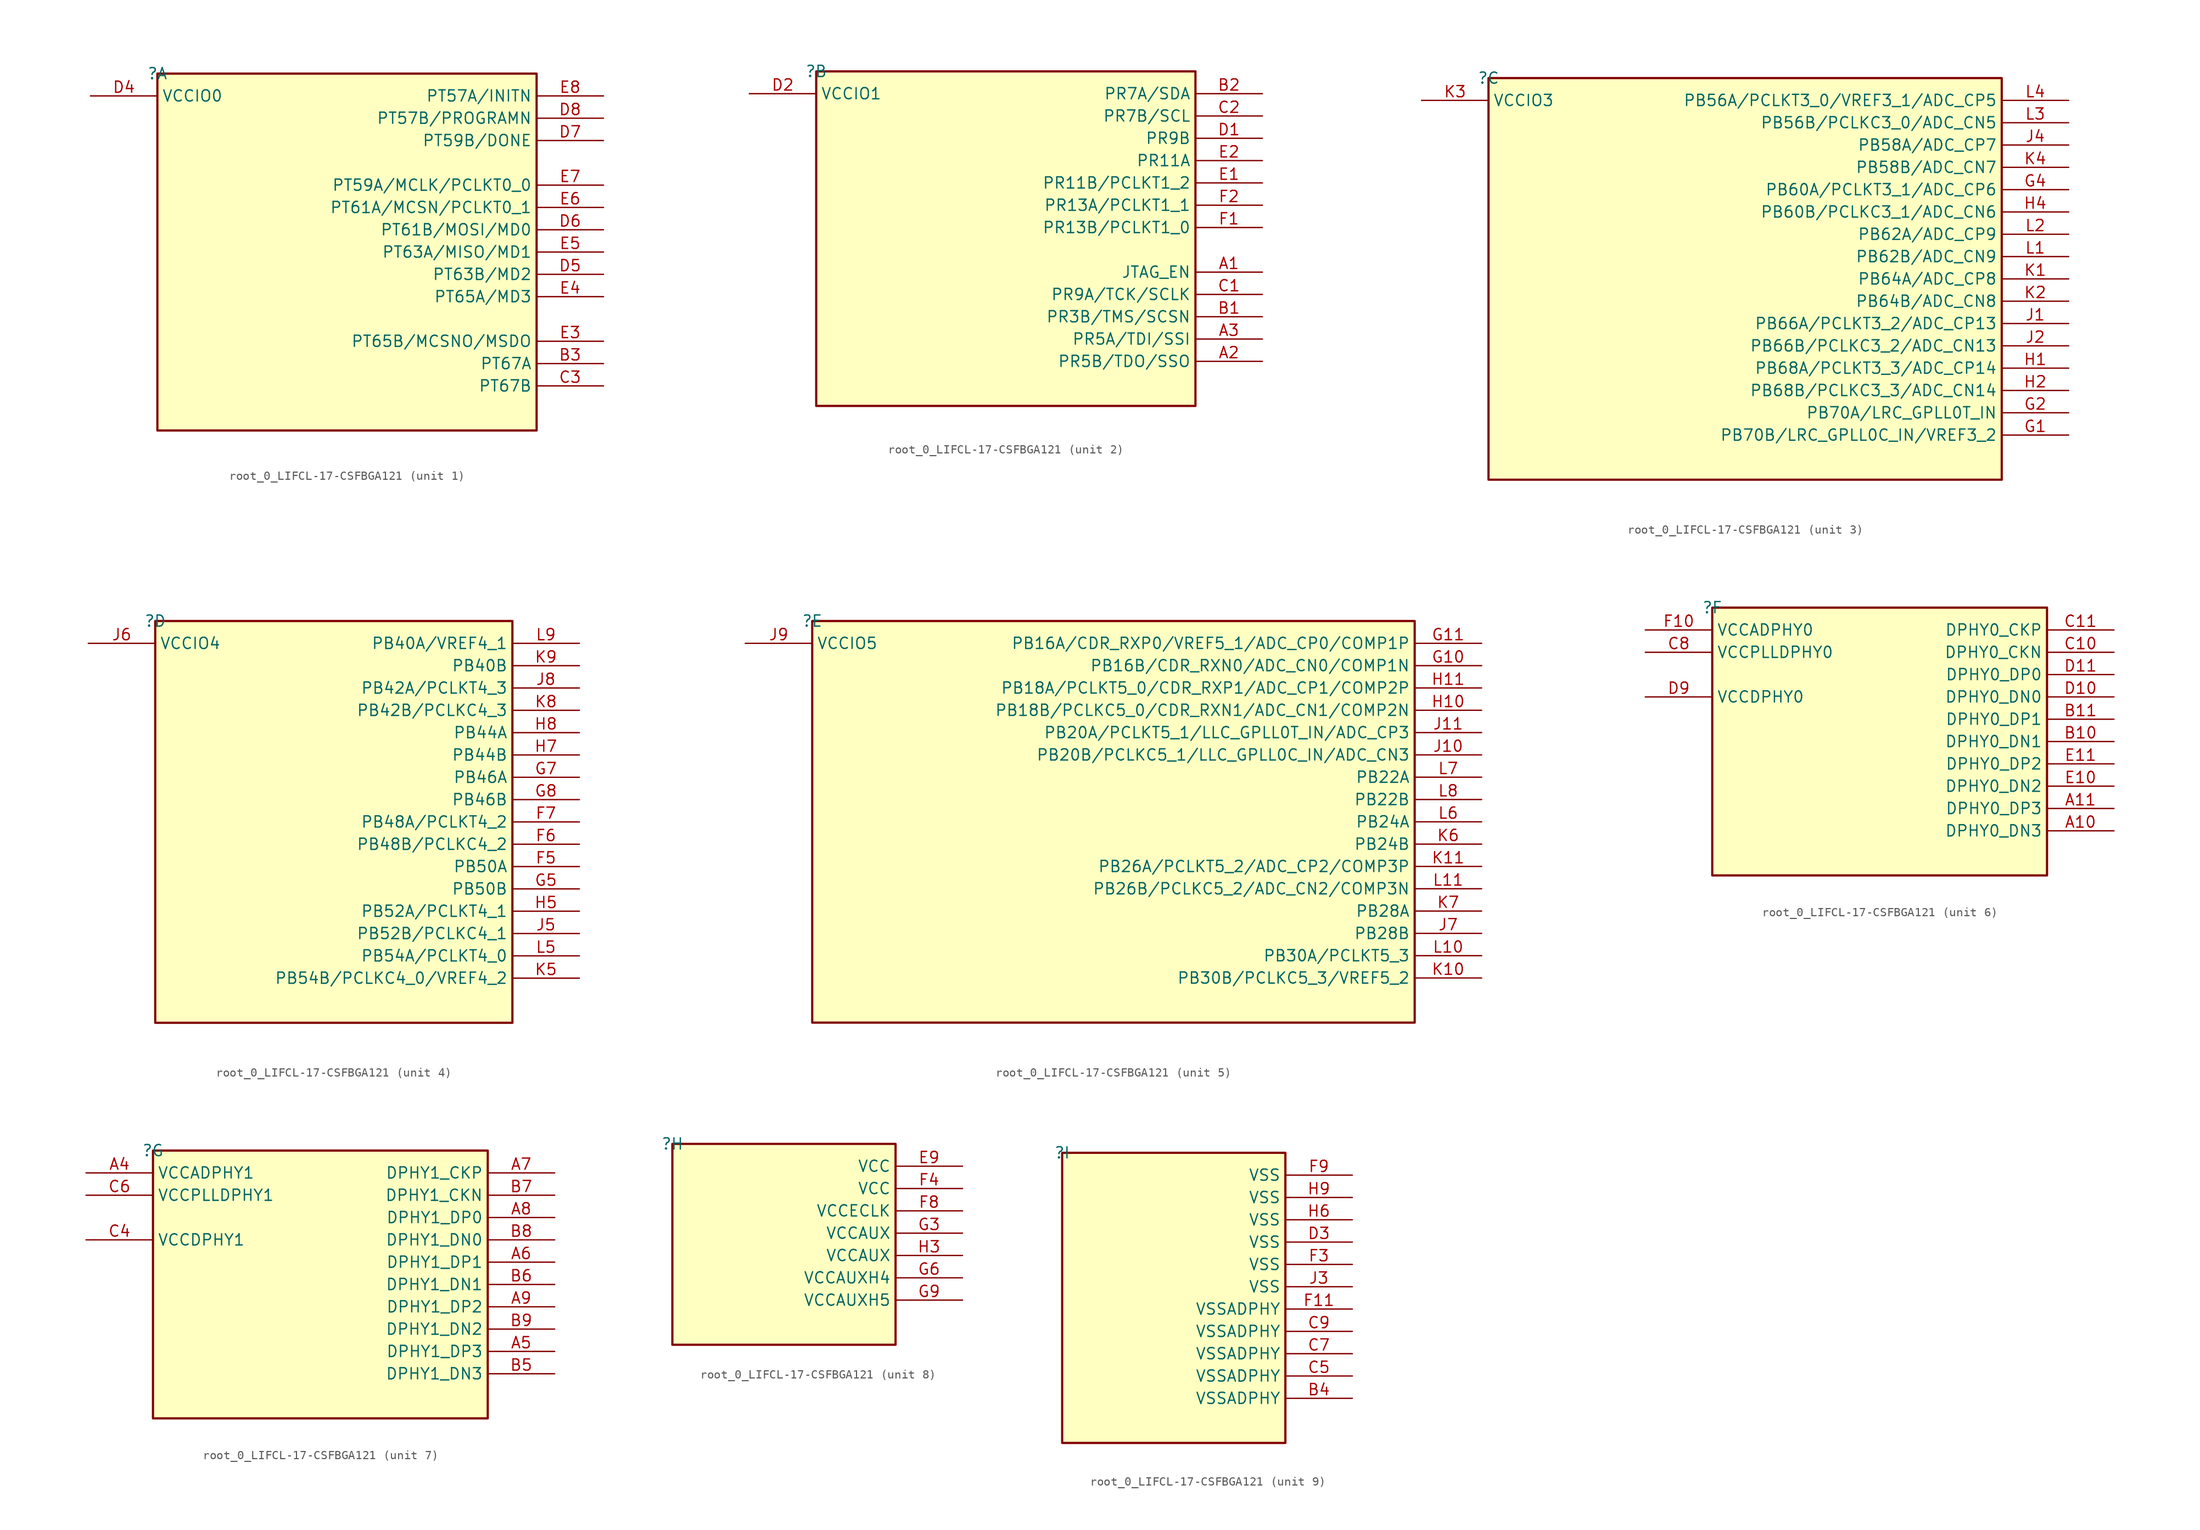
<source format=kicad_sym>
(kicad_symbol_lib
  (version 20231120)
  (generator "kicad_symbol_editor")
  (generator_version "8.0")
  (symbol "root_0_LIFCL-17-CSFBGA121"
    (property "Reference" ""
      (at 0 0 0)
      (effects (font (size 1.27 1.27))))
    (property "Value" ""
      (at 0 0 0)
      (effects (font (size 1.27 1.27))))
    (symbol "root_0_LIFCL-17-CSFBGA121_1_0"
      (rectangle (start 43.18 0) (end 0 -40.64) (stroke (width 0.254) (type solid) (color 128 0 0 1)) (fill (type background)))
      (pin bidirectional line (at 50.8 -33.02 180) (length 7.62) (name "PT67A" (effects (font (size 1.27 1.27)))) (number "B3" (effects (font (size 1.27 1.27)))))
      (pin bidirectional line (at 50.8 -35.56 180) (length 7.62) (name "PT67B" (effects (font (size 1.27 1.27)))) (number "C3" (effects (font (size 1.27 1.27)))))
      (pin bidirectional line (at -7.62 -2.54 0) (length 7.62) (name "VCCIO0" (effects (font (size 1.27 1.27)))) (number "D4" (effects (font (size 1.27 1.27)))))
      (pin bidirectional line (at 50.8 -22.86 180) (length 7.62) (name "PT63B/MD2" (effects (font (size 1.27 1.27)))) (number "D5" (effects (font (size 1.27 1.27)))))
      (pin bidirectional line (at 50.8 -17.78 180) (length 7.62) (name "PT61B/MOSI/MD0" (effects (font (size 1.27 1.27)))) (number "D6" (effects (font (size 1.27 1.27)))))
      (pin bidirectional line (at 50.8 -7.62 180) (length 7.62) (name "PT59B/DONE" (effects (font (size 1.27 1.27)))) (number "D7" (effects (font (size 1.27 1.27)))))
      (pin bidirectional line (at 50.8 -5.08 180) (length 7.62) (name "PT57B/PROGRAMN" (effects (font (size 1.27 1.27)))) (number "D8" (effects (font (size 1.27 1.27)))))
      (pin bidirectional line (at 50.8 -30.48 180) (length 7.62) (name "PT65B/MCSNO/MSDO" (effects (font (size 1.27 1.27)))) (number "E3" (effects (font (size 1.27 1.27)))))
      (pin bidirectional line (at 50.8 -25.4 180) (length 7.62) (name "PT65A/MD3" (effects (font (size 1.27 1.27)))) (number "E4" (effects (font (size 1.27 1.27)))))
      (pin bidirectional line (at 50.8 -20.32 180) (length 7.62) (name "PT63A/MISO/MD1" (effects (font (size 1.27 1.27)))) (number "E5" (effects (font (size 1.27 1.27)))))
      (pin bidirectional line (at 50.8 -15.24 180) (length 7.62) (name "PT61A/MCSN/PCLKT0_1" (effects (font (size 1.27 1.27)))) (number "E6" (effects (font (size 1.27 1.27)))))
      (pin bidirectional line (at 50.8 -12.7 180) (length 7.62) (name "PT59A/MCLK/PCLKT0_0" (effects (font (size 1.27 1.27)))) (number "E7" (effects (font (size 1.27 1.27)))))
      (pin bidirectional line (at 50.8 -2.54 180) (length 7.62) (name "PT57A/INITN" (effects (font (size 1.27 1.27)))) (number "E8" (effects (font (size 1.27 1.27))))))
    (symbol "root_0_LIFCL-17-CSFBGA121_2_0"
      (rectangle (start 43.18 0) (end 0 -38.1) (stroke (width 0.254) (type solid) (color 128 0 0 1)) (fill (type background)))
      (pin bidirectional line (at 50.8 -22.86 180) (length 7.62) (name "JTAG_EN" (effects (font (size 1.27 1.27)))) (number "A1" (effects (font (size 1.27 1.27)))))
      (pin bidirectional line (at 50.8 -33.02 180) (length 7.62) (name "PR5B/TDO/SSO" (effects (font (size 1.27 1.27)))) (number "A2" (effects (font (size 1.27 1.27)))))
      (pin bidirectional line (at 50.8 -30.48 180) (length 7.62) (name "PR5A/TDI/SSI" (effects (font (size 1.27 1.27)))) (number "A3" (effects (font (size 1.27 1.27)))))
      (pin bidirectional line (at 50.8 -27.94 180) (length 7.62) (name "PR3B/TMS/SCSN" (effects (font (size 1.27 1.27)))) (number "B1" (effects (font (size 1.27 1.27)))))
      (pin bidirectional line (at 50.8 -2.54 180) (length 7.62) (name "PR7A/SDA" (effects (font (size 1.27 1.27)))) (number "B2" (effects (font (size 1.27 1.27)))))
      (pin bidirectional line (at 50.8 -25.4 180) (length 7.62) (name "PR9A/TCK/SCLK" (effects (font (size 1.27 1.27)))) (number "C1" (effects (font (size 1.27 1.27)))))
      (pin bidirectional line (at 50.8 -5.08 180) (length 7.62) (name "PR7B/SCL" (effects (font (size 1.27 1.27)))) (number "C2" (effects (font (size 1.27 1.27)))))
      (pin bidirectional line (at 50.8 -7.62 180) (length 7.62) (name "PR9B" (effects (font (size 1.27 1.27)))) (number "D1" (effects (font (size 1.27 1.27)))))
      (pin bidirectional line (at -7.62 -2.54 0) (length 7.62) (name "VCCIO1" (effects (font (size 1.27 1.27)))) (number "D2" (effects (font (size 1.27 1.27)))))
      (pin bidirectional line (at 50.8 -12.7 180) (length 7.62) (name "PR11B/PCLKT1_2" (effects (font (size 1.27 1.27)))) (number "E1" (effects (font (size 1.27 1.27)))))
      (pin bidirectional line (at 50.8 -10.16 180) (length 7.62) (name "PR11A" (effects (font (size 1.27 1.27)))) (number "E2" (effects (font (size 1.27 1.27)))))
      (pin bidirectional line (at 50.8 -17.78 180) (length 7.62) (name "PR13B/PCLKT1_0" (effects (font (size 1.27 1.27)))) (number "F1" (effects (font (size 1.27 1.27)))))
      (pin bidirectional line (at 50.8 -15.24 180) (length 7.62) (name "PR13A/PCLKT1_1" (effects (font (size 1.27 1.27)))) (number "F2" (effects (font (size 1.27 1.27))))))
    (symbol "root_0_LIFCL-17-CSFBGA121_3_0"
      (rectangle (start 58.42 0) (end 0 -45.72) (stroke (width 0.254) (type solid) (color 128 0 0 1)) (fill (type background)))
      (pin bidirectional line (at 66.04 -40.64 180) (length 7.62) (name "PB70B/LRC_GPLL0C_IN/VREF3_2" (effects (font (size 1.27 1.27)))) (number "G1" (effects (font (size 1.27 1.27)))))
      (pin bidirectional line (at 66.04 -38.1 180) (length 7.62) (name "PB70A/LRC_GPLL0T_IN" (effects (font (size 1.27 1.27)))) (number "G2" (effects (font (size 1.27 1.27)))))
      (pin bidirectional line (at 66.04 -12.7 180) (length 7.62) (name "PB60A/PCLKT3_1/ADC_CP6" (effects (font (size 1.27 1.27)))) (number "G4" (effects (font (size 1.27 1.27)))))
      (pin bidirectional line (at 66.04 -33.02 180) (length 7.62) (name "PB68A/PCLKT3_3/ADC_CP14" (effects (font (size 1.27 1.27)))) (number "H1" (effects (font (size 1.27 1.27)))))
      (pin bidirectional line (at 66.04 -35.56 180) (length 7.62) (name "PB68B/PCLKC3_3/ADC_CN14" (effects (font (size 1.27 1.27)))) (number "H2" (effects (font (size 1.27 1.27)))))
      (pin bidirectional line (at 66.04 -15.24 180) (length 7.62) (name "PB60B/PCLKC3_1/ADC_CN6" (effects (font (size 1.27 1.27)))) (number "H4" (effects (font (size 1.27 1.27)))))
      (pin bidirectional line (at 66.04 -27.94 180) (length 7.62) (name "PB66A/PCLKT3_2/ADC_CP13" (effects (font (size 1.27 1.27)))) (number "J1" (effects (font (size 1.27 1.27)))))
      (pin bidirectional line (at 66.04 -30.48 180) (length 7.62) (name "PB66B/PCLKC3_2/ADC_CN13" (effects (font (size 1.27 1.27)))) (number "J2" (effects (font (size 1.27 1.27)))))
      (pin bidirectional line (at 66.04 -7.62 180) (length 7.62) (name "PB58A/ADC_CP7" (effects (font (size 1.27 1.27)))) (number "J4" (effects (font (size 1.27 1.27)))))
      (pin bidirectional line (at 66.04 -22.86 180) (length 7.62) (name "PB64A/ADC_CP8" (effects (font (size 1.27 1.27)))) (number "K1" (effects (font (size 1.27 1.27)))))
      (pin bidirectional line (at 66.04 -25.4 180) (length 7.62) (name "PB64B/ADC_CN8" (effects (font (size 1.27 1.27)))) (number "K2" (effects (font (size 1.27 1.27)))))
      (pin bidirectional line (at -7.62 -2.54 0) (length 7.62) (name "VCCIO3" (effects (font (size 1.27 1.27)))) (number "K3" (effects (font (size 1.27 1.27)))))
      (pin bidirectional line (at 66.04 -10.16 180) (length 7.62) (name "PB58B/ADC_CN7" (effects (font (size 1.27 1.27)))) (number "K4" (effects (font (size 1.27 1.27)))))
      (pin bidirectional line (at 66.04 -20.32 180) (length 7.62) (name "PB62B/ADC_CN9" (effects (font (size 1.27 1.27)))) (number "L1" (effects (font (size 1.27 1.27)))))
      (pin bidirectional line (at 66.04 -17.78 180) (length 7.62) (name "PB62A/ADC_CP9" (effects (font (size 1.27 1.27)))) (number "L2" (effects (font (size 1.27 1.27)))))
      (pin bidirectional line (at 66.04 -5.08 180) (length 7.62) (name "PB56B/PCLKC3_0/ADC_CN5" (effects (font (size 1.27 1.27)))) (number "L3" (effects (font (size 1.27 1.27)))))
      (pin bidirectional line (at 66.04 -2.54 180) (length 7.62) (name "PB56A/PCLKT3_0/VREF3_1/ADC_CP5" (effects (font (size 1.27 1.27)))) (number "L4" (effects (font (size 1.27 1.27))))))
    (symbol "root_0_LIFCL-17-CSFBGA121_4_0"
      (rectangle (start 40.64 0) (end 0 -45.72) (stroke (width 0.254) (type solid) (color 128 0 0 1)) (fill (type background)))
      (pin bidirectional line (at 48.26 -27.94 180) (length 7.62) (name "PB50A" (effects (font (size 1.27 1.27)))) (number "F5" (effects (font (size 1.27 1.27)))))
      (pin bidirectional line (at 48.26 -25.4 180) (length 7.62) (name "PB48B/PCLKC4_2" (effects (font (size 1.27 1.27)))) (number "F6" (effects (font (size 1.27 1.27)))))
      (pin bidirectional line (at 48.26 -22.86 180) (length 7.62) (name "PB48A/PCLKT4_2" (effects (font (size 1.27 1.27)))) (number "F7" (effects (font (size 1.27 1.27)))))
      (pin bidirectional line (at 48.26 -30.48 180) (length 7.62) (name "PB50B" (effects (font (size 1.27 1.27)))) (number "G5" (effects (font (size 1.27 1.27)))))
      (pin bidirectional line (at 48.26 -17.78 180) (length 7.62) (name "PB46A" (effects (font (size 1.27 1.27)))) (number "G7" (effects (font (size 1.27 1.27)))))
      (pin bidirectional line (at 48.26 -20.32 180) (length 7.62) (name "PB46B" (effects (font (size 1.27 1.27)))) (number "G8" (effects (font (size 1.27 1.27)))))
      (pin bidirectional line (at 48.26 -33.02 180) (length 7.62) (name "PB52A/PCLKT4_1" (effects (font (size 1.27 1.27)))) (number "H5" (effects (font (size 1.27 1.27)))))
      (pin bidirectional line (at 48.26 -15.24 180) (length 7.62) (name "PB44B" (effects (font (size 1.27 1.27)))) (number "H7" (effects (font (size 1.27 1.27)))))
      (pin bidirectional line (at 48.26 -12.7 180) (length 7.62) (name "PB44A" (effects (font (size 1.27 1.27)))) (number "H8" (effects (font (size 1.27 1.27)))))
      (pin bidirectional line (at 48.26 -35.56 180) (length 7.62) (name "PB52B/PCLKC4_1" (effects (font (size 1.27 1.27)))) (number "J5" (effects (font (size 1.27 1.27)))))
      (pin bidirectional line (at -7.62 -2.54 0) (length 7.62) (name "VCCIO4" (effects (font (size 1.27 1.27)))) (number "J6" (effects (font (size 1.27 1.27)))))
      (pin bidirectional line (at 48.26 -7.62 180) (length 7.62) (name "PB42A/PCLKT4_3" (effects (font (size 1.27 1.27)))) (number "J8" (effects (font (size 1.27 1.27)))))
      (pin bidirectional line (at 48.26 -40.64 180) (length 7.62) (name "PB54B/PCLKC4_0/VREF4_2" (effects (font (size 1.27 1.27)))) (number "K5" (effects (font (size 1.27 1.27)))))
      (pin bidirectional line (at 48.26 -10.16 180) (length 7.62) (name "PB42B/PCLKC4_3" (effects (font (size 1.27 1.27)))) (number "K8" (effects (font (size 1.27 1.27)))))
      (pin bidirectional line (at 48.26 -5.08 180) (length 7.62) (name "PB40B" (effects (font (size 1.27 1.27)))) (number "K9" (effects (font (size 1.27 1.27)))))
      (pin bidirectional line (at 48.26 -38.1 180) (length 7.62) (name "PB54A/PCLKT4_0" (effects (font (size 1.27 1.27)))) (number "L5" (effects (font (size 1.27 1.27)))))
      (pin bidirectional line (at 48.26 -2.54 180) (length 7.62) (name "PB40A/VREF4_1" (effects (font (size 1.27 1.27)))) (number "L9" (effects (font (size 1.27 1.27))))))
    (symbol "root_0_LIFCL-17-CSFBGA121_5_0"
      (rectangle (start 68.58 0) (end 0 -45.72) (stroke (width 0.254) (type solid) (color 128 0 0 1)) (fill (type background)))
      (pin bidirectional line (at 76.2 -5.08 180) (length 7.62) (name "PB16B/CDR_RXN0/ADC_CN0/COMP1N" (effects (font (size 1.27 1.27)))) (number "G10" (effects (font (size 1.27 1.27)))))
      (pin bidirectional line (at 76.2 -2.54 180) (length 7.62) (name "PB16A/CDR_RXP0/VREF5_1/ADC_CP0/COMP1P" (effects (font (size 1.27 1.27)))) (number "G11" (effects (font (size 1.27 1.27)))))
      (pin bidirectional line (at 76.2 -10.16 180) (length 7.62) (name "PB18B/PCLKC5_0/CDR_RXN1/ADC_CN1/COMP2N" (effects (font (size 1.27 1.27)))) (number "H10" (effects (font (size 1.27 1.27)))))
      (pin bidirectional line (at 76.2 -7.62 180) (length 7.62) (name "PB18A/PCLKT5_0/CDR_RXP1/ADC_CP1/COMP2P" (effects (font (size 1.27 1.27)))) (number "H11" (effects (font (size 1.27 1.27)))))
      (pin bidirectional line (at 76.2 -15.24 180) (length 7.62) (name "PB20B/PCLKC5_1/LLC_GPLL0C_IN/ADC_CN3" (effects (font (size 1.27 1.27)))) (number "J10" (effects (font (size 1.27 1.27)))))
      (pin bidirectional line (at 76.2 -12.7 180) (length 7.62) (name "PB20A/PCLKT5_1/LLC_GPLL0T_IN/ADC_CP3" (effects (font (size 1.27 1.27)))) (number "J11" (effects (font (size 1.27 1.27)))))
      (pin bidirectional line (at 76.2 -35.56 180) (length 7.62) (name "PB28B" (effects (font (size 1.27 1.27)))) (number "J7" (effects (font (size 1.27 1.27)))))
      (pin bidirectional line (at -7.62 -2.54 0) (length 7.62) (name "VCCIO5" (effects (font (size 1.27 1.27)))) (number "J9" (effects (font (size 1.27 1.27)))))
      (pin bidirectional line (at 76.2 -40.64 180) (length 7.62) (name "PB30B/PCLKC5_3/VREF5_2" (effects (font (size 1.27 1.27)))) (number "K10" (effects (font (size 1.27 1.27)))))
      (pin bidirectional line (at 76.2 -27.94 180) (length 7.62) (name "PB26A/PCLKT5_2/ADC_CP2/COMP3P" (effects (font (size 1.27 1.27)))) (number "K11" (effects (font (size 1.27 1.27)))))
      (pin bidirectional line (at 76.2 -25.4 180) (length 7.62) (name "PB24B" (effects (font (size 1.27 1.27)))) (number "K6" (effects (font (size 1.27 1.27)))))
      (pin bidirectional line (at 76.2 -33.02 180) (length 7.62) (name "PB28A" (effects (font (size 1.27 1.27)))) (number "K7" (effects (font (size 1.27 1.27)))))
      (pin bidirectional line (at 76.2 -38.1 180) (length 7.62) (name "PB30A/PCLKT5_3" (effects (font (size 1.27 1.27)))) (number "L10" (effects (font (size 1.27 1.27)))))
      (pin bidirectional line (at 76.2 -30.48 180) (length 7.62) (name "PB26B/PCLKC5_2/ADC_CN2/COMP3N" (effects (font (size 1.27 1.27)))) (number "L11" (effects (font (size 1.27 1.27)))))
      (pin bidirectional line (at 76.2 -22.86 180) (length 7.62) (name "PB24A" (effects (font (size 1.27 1.27)))) (number "L6" (effects (font (size 1.27 1.27)))))
      (pin bidirectional line (at 76.2 -17.78 180) (length 7.62) (name "PB22A" (effects (font (size 1.27 1.27)))) (number "L7" (effects (font (size 1.27 1.27)))))
      (pin bidirectional line (at 76.2 -20.32 180) (length 7.62) (name "PB22B" (effects (font (size 1.27 1.27)))) (number "L8" (effects (font (size 1.27 1.27))))))
    (symbol "root_0_LIFCL-17-CSFBGA121_6_0"
      (rectangle (start 38.1 0) (end 0 -30.48) (stroke (width 0.254) (type solid) (color 128 0 0 1)) (fill (type background)))
      (pin bidirectional line (at 45.72 -25.4 180) (length 7.62) (name "DPHY0_DN3" (effects (font (size 1.27 1.27)))) (number "A10" (effects (font (size 1.27 1.27)))))
      (pin bidirectional line (at 45.72 -22.86 180) (length 7.62) (name "DPHY0_DP3" (effects (font (size 1.27 1.27)))) (number "A11" (effects (font (size 1.27 1.27)))))
      (pin bidirectional line (at 45.72 -15.24 180) (length 7.62) (name "DPHY0_DN1" (effects (font (size 1.27 1.27)))) (number "B10" (effects (font (size 1.27 1.27)))))
      (pin bidirectional line (at 45.72 -12.7 180) (length 7.62) (name "DPHY0_DP1" (effects (font (size 1.27 1.27)))) (number "B11" (effects (font (size 1.27 1.27)))))
      (pin bidirectional line (at 45.72 -5.08 180) (length 7.62) (name "DPHY0_CKN" (effects (font (size 1.27 1.27)))) (number "C10" (effects (font (size 1.27 1.27)))))
      (pin bidirectional line (at 45.72 -2.54 180) (length 7.62) (name "DPHY0_CKP" (effects (font (size 1.27 1.27)))) (number "C11" (effects (font (size 1.27 1.27)))))
      (pin bidirectional line (at -7.62 -5.08 0) (length 7.62) (name "VCCPLLDPHY0" (effects (font (size 1.27 1.27)))) (number "C8" (effects (font (size 1.27 1.27)))))
      (pin bidirectional line (at 45.72 -10.16 180) (length 7.62) (name "DPHY0_DN0" (effects (font (size 1.27 1.27)))) (number "D10" (effects (font (size 1.27 1.27)))))
      (pin bidirectional line (at 45.72 -7.62 180) (length 7.62) (name "DPHY0_DP0" (effects (font (size 1.27 1.27)))) (number "D11" (effects (font (size 1.27 1.27)))))
      (pin bidirectional line (at -7.62 -10.16 0) (length 7.62) (name "VCCDPHY0" (effects (font (size 1.27 1.27)))) (number "D9" (effects (font (size 1.27 1.27)))))
      (pin bidirectional line (at 45.72 -20.32 180) (length 7.62) (name "DPHY0_DN2" (effects (font (size 1.27 1.27)))) (number "E10" (effects (font (size 1.27 1.27)))))
      (pin bidirectional line (at 45.72 -17.78 180) (length 7.62) (name "DPHY0_DP2" (effects (font (size 1.27 1.27)))) (number "E11" (effects (font (size 1.27 1.27)))))
      (pin bidirectional line (at -7.62 -2.54 0) (length 7.62) (name "VCCADPHY0" (effects (font (size 1.27 1.27)))) (number "F10" (effects (font (size 1.27 1.27))))))
    (symbol "root_0_LIFCL-17-CSFBGA121_7_0"
      (rectangle (start 38.1 0) (end 0 -30.48) (stroke (width 0.254) (type solid) (color 128 0 0 1)) (fill (type background)))
      (pin passive line (at -7.62 -2.54 0) (length 7.62) (name "VCCADPHY1" (effects (font (size 1.27 1.27)))) (number "A4" (effects (font (size 1.27 1.27)))))
      (pin bidirectional line (at 45.72 -22.86 180) (length 7.62) (name "DPHY1_DP3" (effects (font (size 1.27 1.27)))) (number "A5" (effects (font (size 1.27 1.27)))))
      (pin bidirectional line (at 45.72 -12.7 180) (length 7.62) (name "DPHY1_DP1" (effects (font (size 1.27 1.27)))) (number "A6" (effects (font (size 1.27 1.27)))))
      (pin bidirectional line (at 45.72 -2.54 180) (length 7.62) (name "DPHY1_CKP" (effects (font (size 1.27 1.27)))) (number "A7" (effects (font (size 1.27 1.27)))))
      (pin bidirectional line (at 45.72 -7.62 180) (length 7.62) (name "DPHY1_DP0" (effects (font (size 1.27 1.27)))) (number "A8" (effects (font (size 1.27 1.27)))))
      (pin bidirectional line (at 45.72 -17.78 180) (length 7.62) (name "DPHY1_DP2" (effects (font (size 1.27 1.27)))) (number "A9" (effects (font (size 1.27 1.27)))))
      (pin bidirectional line (at 45.72 -25.4 180) (length 7.62) (name "DPHY1_DN3" (effects (font (size 1.27 1.27)))) (number "B5" (effects (font (size 1.27 1.27)))))
      (pin bidirectional line (at 45.72 -15.24 180) (length 7.62) (name "DPHY1_DN1" (effects (font (size 1.27 1.27)))) (number "B6" (effects (font (size 1.27 1.27)))))
      (pin bidirectional line (at 45.72 -5.08 180) (length 7.62) (name "DPHY1_CKN" (effects (font (size 1.27 1.27)))) (number "B7" (effects (font (size 1.27 1.27)))))
      (pin bidirectional line (at 45.72 -10.16 180) (length 7.62) (name "DPHY1_DN0" (effects (font (size 1.27 1.27)))) (number "B8" (effects (font (size 1.27 1.27)))))
      (pin bidirectional line (at 45.72 -20.32 180) (length 7.62) (name "DPHY1_DN2" (effects (font (size 1.27 1.27)))) (number "B9" (effects (font (size 1.27 1.27)))))
      (pin passive line (at -7.62 -10.16 0) (length 7.62) (name "VCCDPHY1" (effects (font (size 1.27 1.27)))) (number "C4" (effects (font (size 1.27 1.27)))))
      (pin passive line (at -7.62 -5.08 0) (length 7.62) (name "VCCPLLDPHY1" (effects (font (size 1.27 1.27)))) (number "C6" (effects (font (size 1.27 1.27))))))
    (symbol "root_0_LIFCL-17-CSFBGA121_8_0"
      (rectangle (start 25.4 0) (end 0 -22.86) (stroke (width 0.254) (type solid) (color 128 0 0 1)) (fill (type background)))
      (pin bidirectional line (at 33.02 -2.54 180) (length 7.62) (name "VCC" (effects (font (size 1.27 1.27)))) (number "E9" (effects (font (size 1.27 1.27)))))
      (pin bidirectional line (at 33.02 -5.08 180) (length 7.62) (name "VCC" (effects (font (size 1.27 1.27)))) (number "F4" (effects (font (size 1.27 1.27)))))
      (pin bidirectional line (at 33.02 -7.62 180) (length 7.62) (name "VCCECLK" (effects (font (size 1.27 1.27)))) (number "F8" (effects (font (size 1.27 1.27)))))
      (pin bidirectional line (at 33.02 -10.16 180) (length 7.62) (name "VCCAUX" (effects (font (size 1.27 1.27)))) (number "G3" (effects (font (size 1.27 1.27)))))
      (pin bidirectional line (at 33.02 -15.24 180) (length 7.62) (name "VCCAUXH4" (effects (font (size 1.27 1.27)))) (number "G6" (effects (font (size 1.27 1.27)))))
      (pin bidirectional line (at 33.02 -17.78 180) (length 7.62) (name "VCCAUXH5" (effects (font (size 1.27 1.27)))) (number "G9" (effects (font (size 1.27 1.27)))))
      (pin bidirectional line (at 33.02 -12.7 180) (length 7.62) (name "VCCAUX" (effects (font (size 1.27 1.27)))) (number "H3" (effects (font (size 1.27 1.27))))))
    (symbol "root_0_LIFCL-17-CSFBGA121_9_0"
      (rectangle (start 25.4 0) (end 0 -33.02) (stroke (width 0.254) (type solid) (color 128 0 0 1)) (fill (type background)))
      (pin bidirectional line (at 33.02 -27.94 180) (length 7.62) (name "VSSADPHY" (effects (font (size 1.27 1.27)))) (number "B4" (effects (font (size 1.27 1.27)))))
      (pin bidirectional line (at 33.02 -25.4 180) (length 7.62) (name "VSSADPHY" (effects (font (size 1.27 1.27)))) (number "C5" (effects (font (size 1.27 1.27)))))
      (pin bidirectional line (at 33.02 -22.86 180) (length 7.62) (name "VSSADPHY" (effects (font (size 1.27 1.27)))) (number "C7" (effects (font (size 1.27 1.27)))))
      (pin bidirectional line (at 33.02 -20.32 180) (length 7.62) (name "VSSADPHY" (effects (font (size 1.27 1.27)))) (number "C9" (effects (font (size 1.27 1.27)))))
      (pin bidirectional line (at 33.02 -10.16 180) (length 7.62) (name "VSS" (effects (font (size 1.27 1.27)))) (number "D3" (effects (font (size 1.27 1.27)))))
      (pin bidirectional line (at 33.02 -17.78 180) (length 7.62) (name "VSSADPHY" (effects (font (size 1.27 1.27)))) (number "F11" (effects (font (size 1.27 1.27)))))
      (pin bidirectional line (at 33.02 -12.7 180) (length 7.62) (name "VSS" (effects (font (size 1.27 1.27)))) (number "F3" (effects (font (size 1.27 1.27)))))
      (pin bidirectional line (at 33.02 -2.54 180) (length 7.62) (name "VSS" (effects (font (size 1.27 1.27)))) (number "F9" (effects (font (size 1.27 1.27)))))
      (pin bidirectional line (at 33.02 -7.62 180) (length 7.62) (name "VSS" (effects (font (size 1.27 1.27)))) (number "H6" (effects (font (size 1.27 1.27)))))
      (pin bidirectional line (at 33.02 -5.08 180) (length 7.62) (name "VSS" (effects (font (size 1.27 1.27)))) (number "H9" (effects (font (size 1.27 1.27)))))
      (pin bidirectional line (at 33.02 -15.24 180) (length 7.62) (name "VSS" (effects (font (size 1.27 1.27)))) (number "J3" (effects (font (size 1.27 1.27))))))))
</source>
